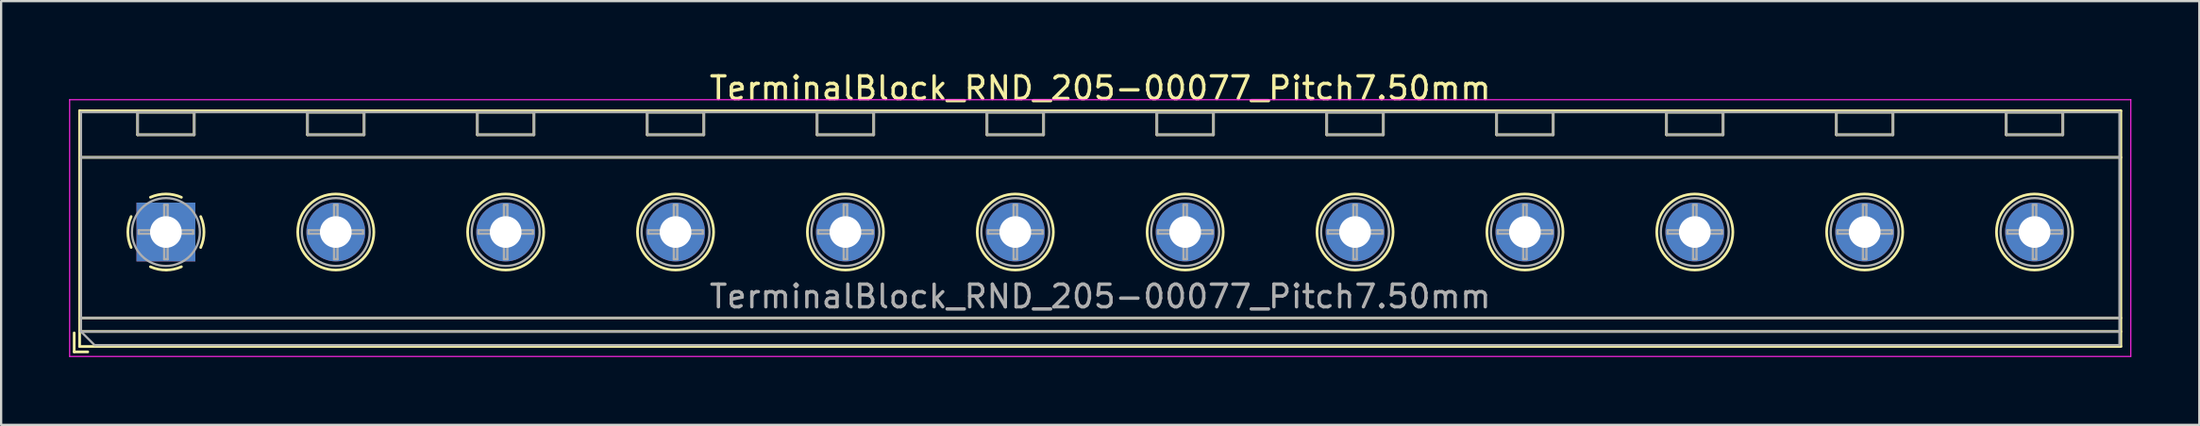
<source format=kicad_pcb>
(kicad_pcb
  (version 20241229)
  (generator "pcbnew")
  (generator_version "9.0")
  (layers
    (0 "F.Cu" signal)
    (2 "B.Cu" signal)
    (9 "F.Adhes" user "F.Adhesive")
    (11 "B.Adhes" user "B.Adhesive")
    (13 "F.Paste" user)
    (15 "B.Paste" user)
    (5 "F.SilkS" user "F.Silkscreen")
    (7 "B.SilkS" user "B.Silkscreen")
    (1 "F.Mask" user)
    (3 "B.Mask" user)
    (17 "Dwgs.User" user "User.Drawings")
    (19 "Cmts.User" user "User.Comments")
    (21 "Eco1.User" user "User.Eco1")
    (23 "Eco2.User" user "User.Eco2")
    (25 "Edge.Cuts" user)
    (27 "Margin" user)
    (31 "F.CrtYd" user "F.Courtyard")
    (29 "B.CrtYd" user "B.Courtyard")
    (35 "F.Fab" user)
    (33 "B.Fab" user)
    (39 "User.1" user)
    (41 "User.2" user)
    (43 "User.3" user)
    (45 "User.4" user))
  (footprint "TerminalBlock_RND_205-00077_Pitch7.50mm"
    (layer "F.Cu")
    (at 4.275 7.208)
    (property "Reference" "TerminalBlock_RND_205-00077_Pitch7.50mm" (at 41.25 -6.36 0) (layer "F.SilkS") (effects (font (size 1 1) (thickness 0.15))))
    (attr through_hole)
    (fp_line (start -4.05 4.46) (end -4.05 5.3) (stroke (width 0.12) (type solid)) (layer "F.SilkS"))
    (fp_line (start -4.05 5.3) (end -3.45 5.3) (stroke (width 0.12) (type solid)) (layer "F.SilkS"))
    (fp_line (start -3.81 -5.36) (end -3.81 5.06) (stroke (width 0.12) (type solid)) (layer "F.SilkS"))
    (fp_line (start -3.81 -3.3) (end 86.31 -3.3) (stroke (width 0.12) (type solid)) (layer "F.SilkS"))
    (fp_line (start -3.81 3.8) (end 86.31 3.8) (stroke (width 0.12) (type solid)) (layer "F.SilkS"))
    (fp_line (start -3.81 4.4) (end 86.31 4.4) (stroke (width 0.12) (type solid)) (layer "F.SilkS"))
    (fp_line (start -3.81 5.06) (end 86.31 5.06) (stroke (width 0.12) (type solid)) (layer "F.SilkS"))
    (fp_line (start -1.25 -5.301) (end -1.25 -4.301) (stroke (width 0.12) (type solid)) (layer "F.SilkS"))
    (fp_line (start -1.25 -5.301) (end 1.25 -5.301) (stroke (width 0.12) (type solid)) (layer "F.SilkS"))
    (fp_line (start -1.25 -4.301) (end 1.25 -4.301) (stroke (width 0.12) (type solid)) (layer "F.SilkS"))
    (fp_line (start 1.25 -5.301) (end 1.25 -4.301) (stroke (width 0.12) (type solid)) (layer "F.SilkS"))
    (fp_line (start 6.25 -5.301) (end 6.25 -4.301) (stroke (width 0.12) (type solid)) (layer "F.SilkS"))
    (fp_line (start 6.25 -5.301) (end 8.75 -5.301) (stroke (width 0.12) (type solid)) (layer "F.SilkS"))
    (fp_line (start 6.25 -4.301) (end 8.75 -4.301) (stroke (width 0.12) (type solid)) (layer "F.SilkS"))
    (fp_line (start 8.75 -5.301) (end 8.75 -4.301) (stroke (width 0.12) (type solid)) (layer "F.SilkS"))
    (fp_line (start 13.75 -5.301) (end 13.75 -4.301) (stroke (width 0.12) (type solid)) (layer "F.SilkS"))
    (fp_line (start 13.75 -5.301) (end 16.25 -5.301) (stroke (width 0.12) (type solid)) (layer "F.SilkS"))
    (fp_line (start 13.75 -4.301) (end 16.25 -4.301) (stroke (width 0.12) (type solid)) (layer "F.SilkS"))
    (fp_line (start 16.25 -5.301) (end 16.25 -4.301) (stroke (width 0.12) (type solid)) (layer "F.SilkS"))
    (fp_line (start 21.25 -5.301) (end 21.25 -4.301) (stroke (width 0.12) (type solid)) (layer "F.SilkS"))
    (fp_line (start 21.25 -5.301) (end 23.75 -5.301) (stroke (width 0.12) (type solid)) (layer "F.SilkS"))
    (fp_line (start 21.25 -4.301) (end 23.75 -4.301) (stroke (width 0.12) (type solid)) (layer "F.SilkS"))
    (fp_line (start 23.75 -5.301) (end 23.75 -4.301) (stroke (width 0.12) (type solid)) (layer "F.SilkS"))
    (fp_line (start 28.75 -5.301) (end 28.75 -4.301) (stroke (width 0.12) (type solid)) (layer "F.SilkS"))
    (fp_line (start 28.75 -5.301) (end 31.25 -5.301) (stroke (width 0.12) (type solid)) (layer "F.SilkS"))
    (fp_line (start 28.75 -4.301) (end 31.25 -4.301) (stroke (width 0.12) (type solid)) (layer "F.SilkS"))
    (fp_line (start 31.25 -5.301) (end 31.25 -4.301) (stroke (width 0.12) (type solid)) (layer "F.SilkS"))
    (fp_line (start 36.25 -5.301) (end 36.25 -4.301) (stroke (width 0.12) (type solid)) (layer "F.SilkS"))
    (fp_line (start 36.25 -5.301) (end 38.75 -5.301) (stroke (width 0.12) (type solid)) (layer "F.SilkS"))
    (fp_line (start 36.25 -4.301) (end 38.75 -4.301) (stroke (width 0.12) (type solid)) (layer "F.SilkS"))
    (fp_line (start 38.75 -5.301) (end 38.75 -4.301) (stroke (width 0.12) (type solid)) (layer "F.SilkS"))
    (fp_line (start 43.75 -5.301) (end 43.75 -4.301) (stroke (width 0.12) (type solid)) (layer "F.SilkS"))
    (fp_line (start 43.75 -5.301) (end 46.25 -5.301) (stroke (width 0.12) (type solid)) (layer "F.SilkS"))
    (fp_line (start 43.75 -4.301) (end 46.25 -4.301) (stroke (width 0.12) (type solid)) (layer "F.SilkS"))
    (fp_line (start 46.25 -5.301) (end 46.25 -4.301) (stroke (width 0.12) (type solid)) (layer "F.SilkS"))
    (fp_line (start 51.25 -5.301) (end 51.25 -4.301) (stroke (width 0.12) (type solid)) (layer "F.SilkS"))
    (fp_line (start 51.25 -5.301) (end 53.75 -5.301) (stroke (width 0.12) (type solid)) (layer "F.SilkS"))
    (fp_line (start 51.25 -4.301) (end 53.75 -4.301) (stroke (width 0.12) (type solid)) (layer "F.SilkS"))
    (fp_line (start 53.75 -5.301) (end 53.75 -4.301) (stroke (width 0.12) (type solid)) (layer "F.SilkS"))
    (fp_line (start 58.75 -5.301) (end 58.75 -4.301) (stroke (width 0.12) (type solid)) (layer "F.SilkS"))
    (fp_line (start 58.75 -5.301) (end 61.25 -5.301) (stroke (width 0.12) (type solid)) (layer "F.SilkS"))
    (fp_line (start 58.75 -4.301) (end 61.25 -4.301) (stroke (width 0.12) (type solid)) (layer "F.SilkS"))
    (fp_line (start 61.25 -5.301) (end 61.25 -4.301) (stroke (width 0.12) (type solid)) (layer "F.SilkS"))
    (fp_line (start 66.25 -5.301) (end 66.25 -4.301) (stroke (width 0.12) (type solid)) (layer "F.SilkS"))
    (fp_line (start 66.25 -5.301) (end 68.75 -5.301) (stroke (width 0.12) (type solid)) (layer "F.SilkS"))
    (fp_line (start 66.25 -4.301) (end 68.75 -4.301) (stroke (width 0.12) (type solid)) (layer "F.SilkS"))
    (fp_line (start 68.75 -5.301) (end 68.75 -4.301) (stroke (width 0.12) (type solid)) (layer "F.SilkS"))
    (fp_line (start 73.75 -5.301) (end 73.75 -4.301) (stroke (width 0.12) (type solid)) (layer "F.SilkS"))
    (fp_line (start 73.75 -5.301) (end 76.25 -5.301) (stroke (width 0.12) (type solid)) (layer "F.SilkS"))
    (fp_line (start 73.75 -4.301) (end 76.25 -4.301) (stroke (width 0.12) (type solid)) (layer "F.SilkS"))
    (fp_line (start 76.25 -5.301) (end 76.25 -4.301) (stroke (width 0.12) (type solid)) (layer "F.SilkS"))
    (fp_line (start 81.25 -5.301) (end 81.25 -4.301) (stroke (width 0.12) (type solid)) (layer "F.SilkS"))
    (fp_line (start 81.25 -5.301) (end 83.75 -5.301) (stroke (width 0.12) (type solid)) (layer "F.SilkS"))
    (fp_line (start 81.25 -4.301) (end 83.75 -4.301) (stroke (width 0.12) (type solid)) (layer "F.SilkS"))
    (fp_line (start 83.75 -5.301) (end 83.75 -4.301) (stroke (width 0.12) (type solid)) (layer "F.SilkS"))
    (fp_line (start 86.31 -5.36) (end -3.81 -5.36) (stroke (width 0.12) (type solid)) (layer "F.SilkS"))
    (fp_line (start 86.31 5.06) (end 86.31 -5.36) (stroke (width 0.12) (type solid)) (layer "F.SilkS"))
    (fp_arc (start -1.535427 0.683042) (mid -1.680501 -0.000524) (end -1.535 -0.684) (stroke (width 0.12) (type solid)) (layer "F.SilkS"))
    (fp_arc (start -0.683042 -1.535427) (mid 0.000524 -1.680501) (end 0.684 -1.535) (stroke (width 0.12) (type solid)) (layer "F.SilkS"))
    (fp_arc (start 0.028805 1.680253) (mid -0.335551 1.646659) (end -0.684 1.535) (stroke (width 0.12) (type solid)) (layer "F.SilkS"))
    (fp_arc (start 0.683318 1.534756) (mid 0.349292 1.643288) (end 0 1.68) (stroke (width 0.12) (type solid)) (layer "F.SilkS"))
    (fp_arc (start 1.535427 -0.683042) (mid 1.680501 0.000524) (end 1.535 0.684) (stroke (width 0.12) (type solid)) (layer "F.SilkS"))
    (fp_circle (center 7.5 0) (end 9.18 0) (stroke (width 0.12) (type solid)) (fill no) (layer "F.SilkS"))
    (fp_circle (center 15 0) (end 16.68 0) (stroke (width 0.12) (type solid)) (fill no) (layer "F.SilkS"))
    (fp_circle (center 22.5 0) (end 24.18 0) (stroke (width 0.12) (type solid)) (fill no) (layer "F.SilkS"))
    (fp_circle (center 30 0) (end 31.68 0) (stroke (width 0.12) (type solid)) (fill no) (layer "F.SilkS"))
    (fp_circle (center 37.5 0) (end 39.18 0) (stroke (width 0.12) (type solid)) (fill no) (layer "F.SilkS"))
    (fp_circle (center 45 0) (end 46.68 0) (stroke (width 0.12) (type solid)) (fill no) (layer "F.SilkS"))
    (fp_circle (center 52.5 0) (end 54.18 0) (stroke (width 0.12) (type solid)) (fill no) (layer "F.SilkS"))
    (fp_circle (center 60 0) (end 61.68 0) (stroke (width 0.12) (type solid)) (fill no) (layer "F.SilkS"))
    (fp_circle (center 67.5 0) (end 69.18 0) (stroke (width 0.12) (type solid)) (fill no) (layer "F.SilkS"))
    (fp_circle (center 75 0) (end 76.68 0) (stroke (width 0.12) (type solid)) (fill no) (layer "F.SilkS"))
    (fp_circle (center 82.5 0) (end 84.18 0) (stroke (width 0.12) (type solid)) (fill no) (layer "F.SilkS"))
    (fp_line (start -4.25 -5.85) (end -4.25 5.5) (stroke (width 0.05) (type solid)) (layer "F.CrtYd"))
    (fp_line (start -4.25 5.5) (end 86.75 5.5) (stroke (width 0.05) (type solid)) (layer "F.CrtYd"))
    (fp_line (start 86.75 -5.85) (end -4.25 -5.85) (stroke (width 0.05) (type solid)) (layer "F.CrtYd"))
    (fp_line (start 86.75 5.5) (end 86.75 -5.85) (stroke (width 0.05) (type solid)) (layer "F.CrtYd"))
    (fp_line (start -3.75 -5.3) (end 86.25 -5.3) (stroke (width 0.1) (type solid)) (layer "F.Fab"))
    (fp_line (start -3.75 -3.3) (end 86.25 -3.3) (stroke (width 0.1) (type solid)) (layer "F.Fab"))
    (fp_line (start -3.75 3.8) (end 86.25 3.8) (stroke (width 0.1) (type solid)) (layer "F.Fab"))
    (fp_line (start -3.75 4.4) (end -3.75 -5.3) (stroke (width 0.1) (type solid)) (layer "F.Fab"))
    (fp_line (start -3.75 4.4) (end 86.25 4.4) (stroke (width 0.1) (type solid)) (layer "F.Fab"))
    (fp_line (start -3.15 5) (end -3.75 4.4) (stroke (width 0.1) (type solid)) (layer "F.Fab"))
    (fp_line (start -1.25 -5.3) (end -1.25 -4.3) (stroke (width 0.1) (type solid)) (layer "F.Fab"))
    (fp_line (start -1.25 -4.3) (end 1.25 -4.3) (stroke (width 0.1) (type solid)) (layer "F.Fab"))
    (fp_line (start -1.201 -0.076) (end -0.076 -0.076) (stroke (width 0.1) (type solid)) (layer "F.Fab"))
    (fp_line (start -1.201 0.076) (end -1.201 -0.076) (stroke (width 0.1) (type solid)) (layer "F.Fab"))
    (fp_line (start -0.076 -1.201) (end 0.076 -1.201) (stroke (width 0.1) (type solid)) (layer "F.Fab"))
    (fp_line (start -0.076 -0.076) (end -0.076 -1.201) (stroke (width 0.1) (type solid)) (layer "F.Fab"))
    (fp_line (start -0.076 0.076) (end -1.201 0.076) (stroke (width 0.1) (type solid)) (layer "F.Fab"))
    (fp_line (start -0.076 1.201) (end -0.076 0.076) (stroke (width 0.1) (type solid)) (layer "F.Fab"))
    (fp_line (start 0.076 -1.201) (end 0.076 -0.076) (stroke (width 0.1) (type solid)) (layer "F.Fab"))
    (fp_line (start 0.076 -0.076) (end 1.201 -0.076) (stroke (width 0.1) (type solid)) (layer "F.Fab"))
    (fp_line (start 0.076 0.076) (end 0.076 1.201) (stroke (width 0.1) (type solid)) (layer "F.Fab"))
    (fp_line (start 0.076 1.201) (end -0.076 1.201) (stroke (width 0.1) (type solid)) (layer "F.Fab"))
    (fp_line (start 1.201 -0.076) (end 1.201 0.076) (stroke (width 0.1) (type solid)) (layer "F.Fab"))
    (fp_line (start 1.201 0.076) (end 0.076 0.076) (stroke (width 0.1) (type solid)) (layer "F.Fab"))
    (fp_line (start 1.25 -5.3) (end -1.25 -5.3) (stroke (width 0.1) (type solid)) (layer "F.Fab"))
    (fp_line (start 1.25 -4.3) (end 1.25 -5.3) (stroke (width 0.1) (type solid)) (layer "F.Fab"))
    (fp_line (start 6.25 -5.3) (end 6.25 -4.3) (stroke (width 0.1) (type solid)) (layer "F.Fab"))
    (fp_line (start 6.25 -4.3) (end 8.75 -4.3) (stroke (width 0.1) (type solid)) (layer "F.Fab"))
    (fp_line (start 6.299 -0.076) (end 7.424 -0.076) (stroke (width 0.1) (type solid)) (layer "F.Fab"))
    (fp_line (start 6.299 0.076) (end 6.299 -0.076) (stroke (width 0.1) (type solid)) (layer "F.Fab"))
    (fp_line (start 7.424 -1.201) (end 7.576 -1.201) (stroke (width 0.1) (type solid)) (layer "F.Fab"))
    (fp_line (start 7.424 -0.076) (end 7.424 -1.201) (stroke (width 0.1) (type solid)) (layer "F.Fab"))
    (fp_line (start 7.424 0.076) (end 6.299 0.076) (stroke (width 0.1) (type solid)) (layer "F.Fab"))
    (fp_line (start 7.424 1.201) (end 7.424 0.076) (stroke (width 0.1) (type solid)) (layer "F.Fab"))
    (fp_line (start 7.576 -1.201) (end 7.576 -0.076) (stroke (width 0.1) (type solid)) (layer "F.Fab"))
    (fp_line (start 7.576 -0.076) (end 8.701 -0.076) (stroke (width 0.1) (type solid)) (layer "F.Fab"))
    (fp_line (start 7.576 0.076) (end 7.576 1.201) (stroke (width 0.1) (type solid)) (layer "F.Fab"))
    (fp_line (start 7.576 1.201) (end 7.424 1.201) (stroke (width 0.1) (type solid)) (layer "F.Fab"))
    (fp_line (start 8.701 -0.076) (end 8.701 0.076) (stroke (width 0.1) (type solid)) (layer "F.Fab"))
    (fp_line (start 8.701 0.076) (end 7.576 0.076) (stroke (width 0.1) (type solid)) (layer "F.Fab"))
    (fp_line (start 8.75 -5.3) (end 6.25 -5.3) (stroke (width 0.1) (type solid)) (layer "F.Fab"))
    (fp_line (start 8.75 -4.3) (end 8.75 -5.3) (stroke (width 0.1) (type solid)) (layer "F.Fab"))
    (fp_line (start 13.75 -5.3) (end 13.75 -4.3) (stroke (width 0.1) (type solid)) (layer "F.Fab"))
    (fp_line (start 13.75 -4.3) (end 16.25 -4.3) (stroke (width 0.1) (type solid)) (layer "F.Fab"))
    (fp_line (start 13.799 -0.076) (end 14.924 -0.076) (stroke (width 0.1) (type solid)) (layer "F.Fab"))
    (fp_line (start 13.799 0.076) (end 13.799 -0.076) (stroke (width 0.1) (type solid)) (layer "F.Fab"))
    (fp_line (start 14.924 -1.201) (end 15.076 -1.201) (stroke (width 0.1) (type solid)) (layer "F.Fab"))
    (fp_line (start 14.924 -0.076) (end 14.924 -1.201) (stroke (width 0.1) (type solid)) (layer "F.Fab"))
    (fp_line (start 14.924 0.076) (end 13.799 0.076) (stroke (width 0.1) (type solid)) (layer "F.Fab"))
    (fp_line (start 14.924 1.201) (end 14.924 0.076) (stroke (width 0.1) (type solid)) (layer "F.Fab"))
    (fp_line (start 15.076 -1.201) (end 15.076 -0.076) (stroke (width 0.1) (type solid)) (layer "F.Fab"))
    (fp_line (start 15.076 -0.076) (end 16.201 -0.076) (stroke (width 0.1) (type solid)) (layer "F.Fab"))
    (fp_line (start 15.076 0.076) (end 15.076 1.201) (stroke (width 0.1) (type solid)) (layer "F.Fab"))
    (fp_line (start 15.076 1.201) (end 14.924 1.201) (stroke (width 0.1) (type solid)) (layer "F.Fab"))
    (fp_line (start 16.201 -0.076) (end 16.201 0.076) (stroke (width 0.1) (type solid)) (layer "F.Fab"))
    (fp_line (start 16.201 0.076) (end 15.076 0.076) (stroke (width 0.1) (type solid)) (layer "F.Fab"))
    (fp_line (start 16.25 -5.3) (end 13.75 -5.3) (stroke (width 0.1) (type solid)) (layer "F.Fab"))
    (fp_line (start 16.25 -4.3) (end 16.25 -5.3) (stroke (width 0.1) (type solid)) (layer "F.Fab"))
    (fp_line (start 21.25 -5.3) (end 21.25 -4.3) (stroke (width 0.1) (type solid)) (layer "F.Fab"))
    (fp_line (start 21.25 -4.3) (end 23.75 -4.3) (stroke (width 0.1) (type solid)) (layer "F.Fab"))
    (fp_line (start 21.299 -0.076) (end 22.424 -0.076) (stroke (width 0.1) (type solid)) (layer "F.Fab"))
    (fp_line (start 21.299 0.076) (end 21.299 -0.076) (stroke (width 0.1) (type solid)) (layer "F.Fab"))
    (fp_line (start 22.424 -1.201) (end 22.576 -1.201) (stroke (width 0.1) (type solid)) (layer "F.Fab"))
    (fp_line (start 22.424 -0.076) (end 22.424 -1.201) (stroke (width 0.1) (type solid)) (layer "F.Fab"))
    (fp_line (start 22.424 0.076) (end 21.299 0.076) (stroke (width 0.1) (type solid)) (layer "F.Fab"))
    (fp_line (start 22.424 1.201) (end 22.424 0.076) (stroke (width 0.1) (type solid)) (layer "F.Fab"))
    (fp_line (start 22.576 -1.201) (end 22.576 -0.076) (stroke (width 0.1) (type solid)) (layer "F.Fab"))
    (fp_line (start 22.576 -0.076) (end 23.701 -0.076) (stroke (width 0.1) (type solid)) (layer "F.Fab"))
    (fp_line (start 22.576 0.076) (end 22.576 1.201) (stroke (width 0.1) (type solid)) (layer "F.Fab"))
    (fp_line (start 22.576 1.201) (end 22.424 1.201) (stroke (width 0.1) (type solid)) (layer "F.Fab"))
    (fp_line (start 23.701 -0.076) (end 23.701 0.076) (stroke (width 0.1) (type solid)) (layer "F.Fab"))
    (fp_line (start 23.701 0.076) (end 22.576 0.076) (stroke (width 0.1) (type solid)) (layer "F.Fab"))
    (fp_line (start 23.75 -5.3) (end 21.25 -5.3) (stroke (width 0.1) (type solid)) (layer "F.Fab"))
    (fp_line (start 23.75 -4.3) (end 23.75 -5.3) (stroke (width 0.1) (type solid)) (layer "F.Fab"))
    (fp_line (start 28.75 -5.3) (end 28.75 -4.3) (stroke (width 0.1) (type solid)) (layer "F.Fab"))
    (fp_line (start 28.75 -4.3) (end 31.25 -4.3) (stroke (width 0.1) (type solid)) (layer "F.Fab"))
    (fp_line (start 28.799 -0.076) (end 29.924 -0.076) (stroke (width 0.1) (type solid)) (layer "F.Fab"))
    (fp_line (start 28.799 0.076) (end 28.799 -0.076) (stroke (width 0.1) (type solid)) (layer "F.Fab"))
    (fp_line (start 29.924 -1.201) (end 30.076 -1.201) (stroke (width 0.1) (type solid)) (layer "F.Fab"))
    (fp_line (start 29.924 -0.076) (end 29.924 -1.201) (stroke (width 0.1) (type solid)) (layer "F.Fab"))
    (fp_line (start 29.924 0.076) (end 28.799 0.076) (stroke (width 0.1) (type solid)) (layer "F.Fab"))
    (fp_line (start 29.924 1.201) (end 29.924 0.076) (stroke (width 0.1) (type solid)) (layer "F.Fab"))
    (fp_line (start 30.076 -1.201) (end 30.076 -0.076) (stroke (width 0.1) (type solid)) (layer "F.Fab"))
    (fp_line (start 30.076 -0.076) (end 31.201 -0.076) (stroke (width 0.1) (type solid)) (layer "F.Fab"))
    (fp_line (start 30.076 0.076) (end 30.076 1.201) (stroke (width 0.1) (type solid)) (layer "F.Fab"))
    (fp_line (start 30.076 1.201) (end 29.924 1.201) (stroke (width 0.1) (type solid)) (layer "F.Fab"))
    (fp_line (start 31.201 -0.076) (end 31.201 0.076) (stroke (width 0.1) (type solid)) (layer "F.Fab"))
    (fp_line (start 31.201 0.076) (end 30.076 0.076) (stroke (width 0.1) (type solid)) (layer "F.Fab"))
    (fp_line (start 31.25 -5.3) (end 28.75 -5.3) (stroke (width 0.1) (type solid)) (layer "F.Fab"))
    (fp_line (start 31.25 -4.3) (end 31.25 -5.3) (stroke (width 0.1) (type solid)) (layer "F.Fab"))
    (fp_line (start 36.25 -5.3) (end 36.25 -4.3) (stroke (width 0.1) (type solid)) (layer "F.Fab"))
    (fp_line (start 36.25 -4.3) (end 38.75 -4.3) (stroke (width 0.1) (type solid)) (layer "F.Fab"))
    (fp_line (start 36.299 -0.076) (end 37.424 -0.076) (stroke (width 0.1) (type solid)) (layer "F.Fab"))
    (fp_line (start 36.299 0.076) (end 36.299 -0.076) (stroke (width 0.1) (type solid)) (layer "F.Fab"))
    (fp_line (start 37.424 -1.201) (end 37.576 -1.201) (stroke (width 0.1) (type solid)) (layer "F.Fab"))
    (fp_line (start 37.424 -0.076) (end 37.424 -1.201) (stroke (width 0.1) (type solid)) (layer "F.Fab"))
    (fp_line (start 37.424 0.076) (end 36.299 0.076) (stroke (width 0.1) (type solid)) (layer "F.Fab"))
    (fp_line (start 37.424 1.201) (end 37.424 0.076) (stroke (width 0.1) (type solid)) (layer "F.Fab"))
    (fp_line (start 37.576 -1.201) (end 37.576 -0.076) (stroke (width 0.1) (type solid)) (layer "F.Fab"))
    (fp_line (start 37.576 -0.076) (end 38.701 -0.076) (stroke (width 0.1) (type solid)) (layer "F.Fab"))
    (fp_line (start 37.576 0.076) (end 37.576 1.201) (stroke (width 0.1) (type solid)) (layer "F.Fab"))
    (fp_line (start 37.576 1.201) (end 37.424 1.201) (stroke (width 0.1) (type solid)) (layer "F.Fab"))
    (fp_line (start 38.701 -0.076) (end 38.701 0.076) (stroke (width 0.1) (type solid)) (layer "F.Fab"))
    (fp_line (start 38.701 0.076) (end 37.576 0.076) (stroke (width 0.1) (type solid)) (layer "F.Fab"))
    (fp_line (start 38.75 -5.3) (end 36.25 -5.3) (stroke (width 0.1) (type solid)) (layer "F.Fab"))
    (fp_line (start 38.75 -4.3) (end 38.75 -5.3) (stroke (width 0.1) (type solid)) (layer "F.Fab"))
    (fp_line (start 43.75 -5.3) (end 43.75 -4.3) (stroke (width 0.1) (type solid)) (layer "F.Fab"))
    (fp_line (start 43.75 -4.3) (end 46.25 -4.3) (stroke (width 0.1) (type solid)) (layer "F.Fab"))
    (fp_line (start 43.799 -0.076) (end 44.924 -0.076) (stroke (width 0.1) (type solid)) (layer "F.Fab"))
    (fp_line (start 43.799 0.076) (end 43.799 -0.076) (stroke (width 0.1) (type solid)) (layer "F.Fab"))
    (fp_line (start 44.924 -1.201) (end 45.076 -1.201) (stroke (width 0.1) (type solid)) (layer "F.Fab"))
    (fp_line (start 44.924 -0.076) (end 44.924 -1.201) (stroke (width 0.1) (type solid)) (layer "F.Fab"))
    (fp_line (start 44.924 0.076) (end 43.799 0.076) (stroke (width 0.1) (type solid)) (layer "F.Fab"))
    (fp_line (start 44.924 1.201) (end 44.924 0.076) (stroke (width 0.1) (type solid)) (layer "F.Fab"))
    (fp_line (start 45.076 -1.201) (end 45.076 -0.076) (stroke (width 0.1) (type solid)) (layer "F.Fab"))
    (fp_line (start 45.076 -0.076) (end 46.201 -0.076) (stroke (width 0.1) (type solid)) (layer "F.Fab"))
    (fp_line (start 45.076 0.076) (end 45.076 1.201) (stroke (width 0.1) (type solid)) (layer "F.Fab"))
    (fp_line (start 45.076 1.201) (end 44.924 1.201) (stroke (width 0.1) (type solid)) (layer "F.Fab"))
    (fp_line (start 46.201 -0.076) (end 46.201 0.076) (stroke (width 0.1) (type solid)) (layer "F.Fab"))
    (fp_line (start 46.201 0.076) (end 45.076 0.076) (stroke (width 0.1) (type solid)) (layer "F.Fab"))
    (fp_line (start 46.25 -5.3) (end 43.75 -5.3) (stroke (width 0.1) (type solid)) (layer "F.Fab"))
    (fp_line (start 46.25 -4.3) (end 46.25 -5.3) (stroke (width 0.1) (type solid)) (layer "F.Fab"))
    (fp_line (start 51.25 -5.3) (end 51.25 -4.3) (stroke (width 0.1) (type solid)) (layer "F.Fab"))
    (fp_line (start 51.25 -4.3) (end 53.75 -4.3) (stroke (width 0.1) (type solid)) (layer "F.Fab"))
    (fp_line (start 51.299 -0.076) (end 52.424 -0.076) (stroke (width 0.1) (type solid)) (layer "F.Fab"))
    (fp_line (start 51.299 0.076) (end 51.299 -0.076) (stroke (width 0.1) (type solid)) (layer "F.Fab"))
    (fp_line (start 52.424 -1.201) (end 52.576 -1.201) (stroke (width 0.1) (type solid)) (layer "F.Fab"))
    (fp_line (start 52.424 -0.076) (end 52.424 -1.201) (stroke (width 0.1) (type solid)) (layer "F.Fab"))
    (fp_line (start 52.424 0.076) (end 51.299 0.076) (stroke (width 0.1) (type solid)) (layer "F.Fab"))
    (fp_line (start 52.424 1.201) (end 52.424 0.076) (stroke (width 0.1) (type solid)) (layer "F.Fab"))
    (fp_line (start 52.576 -1.201) (end 52.576 -0.076) (stroke (width 0.1) (type solid)) (layer "F.Fab"))
    (fp_line (start 52.576 -0.076) (end 53.701 -0.076) (stroke (width 0.1) (type solid)) (layer "F.Fab"))
    (fp_line (start 52.576 0.076) (end 52.576 1.201) (stroke (width 0.1) (type solid)) (layer "F.Fab"))
    (fp_line (start 52.576 1.201) (end 52.424 1.201) (stroke (width 0.1) (type solid)) (layer "F.Fab"))
    (fp_line (start 53.701 -0.076) (end 53.701 0.076) (stroke (width 0.1) (type solid)) (layer "F.Fab"))
    (fp_line (start 53.701 0.076) (end 52.576 0.076) (stroke (width 0.1) (type solid)) (layer "F.Fab"))
    (fp_line (start 53.75 -5.3) (end 51.25 -5.3) (stroke (width 0.1) (type solid)) (layer "F.Fab"))
    (fp_line (start 53.75 -4.3) (end 53.75 -5.3) (stroke (width 0.1) (type solid)) (layer "F.Fab"))
    (fp_line (start 58.75 -5.3) (end 58.75 -4.3) (stroke (width 0.1) (type solid)) (layer "F.Fab"))
    (fp_line (start 58.75 -4.3) (end 61.25 -4.3) (stroke (width 0.1) (type solid)) (layer "F.Fab"))
    (fp_line (start 58.799 -0.076) (end 59.924 -0.076) (stroke (width 0.1) (type solid)) (layer "F.Fab"))
    (fp_line (start 58.799 0.076) (end 58.799 -0.076) (stroke (width 0.1) (type solid)) (layer "F.Fab"))
    (fp_line (start 59.924 -1.201) (end 60.076 -1.201) (stroke (width 0.1) (type solid)) (layer "F.Fab"))
    (fp_line (start 59.924 -0.076) (end 59.924 -1.201) (stroke (width 0.1) (type solid)) (layer "F.Fab"))
    (fp_line (start 59.924 0.076) (end 58.799 0.076) (stroke (width 0.1) (type solid)) (layer "F.Fab"))
    (fp_line (start 59.924 1.201) (end 59.924 0.076) (stroke (width 0.1) (type solid)) (layer "F.Fab"))
    (fp_line (start 60.076 -1.201) (end 60.076 -0.076) (stroke (width 0.1) (type solid)) (layer "F.Fab"))
    (fp_line (start 60.076 -0.076) (end 61.201 -0.076) (stroke (width 0.1) (type solid)) (layer "F.Fab"))
    (fp_line (start 60.076 0.076) (end 60.076 1.201) (stroke (width 0.1) (type solid)) (layer "F.Fab"))
    (fp_line (start 60.076 1.201) (end 59.924 1.201) (stroke (width 0.1) (type solid)) (layer "F.Fab"))
    (fp_line (start 61.201 -0.076) (end 61.201 0.076) (stroke (width 0.1) (type solid)) (layer "F.Fab"))
    (fp_line (start 61.201 0.076) (end 60.076 0.076) (stroke (width 0.1) (type solid)) (layer "F.Fab"))
    (fp_line (start 61.25 -5.3) (end 58.75 -5.3) (stroke (width 0.1) (type solid)) (layer "F.Fab"))
    (fp_line (start 61.25 -4.3) (end 61.25 -5.3) (stroke (width 0.1) (type solid)) (layer "F.Fab"))
    (fp_line (start 66.25 -5.3) (end 66.25 -4.3) (stroke (width 0.1) (type solid)) (layer "F.Fab"))
    (fp_line (start 66.25 -4.3) (end 68.75 -4.3) (stroke (width 0.1) (type solid)) (layer "F.Fab"))
    (fp_line (start 66.299 -0.076) (end 67.424 -0.076) (stroke (width 0.1) (type solid)) (layer "F.Fab"))
    (fp_line (start 66.299 0.076) (end 66.299 -0.076) (stroke (width 0.1) (type solid)) (layer "F.Fab"))
    (fp_line (start 67.424 -1.201) (end 67.576 -1.201) (stroke (width 0.1) (type solid)) (layer "F.Fab"))
    (fp_line (start 67.424 -0.076) (end 67.424 -1.201) (stroke (width 0.1) (type solid)) (layer "F.Fab"))
    (fp_line (start 67.424 0.076) (end 66.299 0.076) (stroke (width 0.1) (type solid)) (layer "F.Fab"))
    (fp_line (start 67.424 1.201) (end 67.424 0.076) (stroke (width 0.1) (type solid)) (layer "F.Fab"))
    (fp_line (start 67.576 -1.201) (end 67.576 -0.076) (stroke (width 0.1) (type solid)) (layer "F.Fab"))
    (fp_line (start 67.576 -0.076) (end 68.701 -0.076) (stroke (width 0.1) (type solid)) (layer "F.Fab"))
    (fp_line (start 67.576 0.076) (end 67.576 1.201) (stroke (width 0.1) (type solid)) (layer "F.Fab"))
    (fp_line (start 67.576 1.201) (end 67.424 1.201) (stroke (width 0.1) (type solid)) (layer "F.Fab"))
    (fp_line (start 68.701 -0.076) (end 68.701 0.076) (stroke (width 0.1) (type solid)) (layer "F.Fab"))
    (fp_line (start 68.701 0.076) (end 67.576 0.076) (stroke (width 0.1) (type solid)) (layer "F.Fab"))
    (fp_line (start 68.75 -5.3) (end 66.25 -5.3) (stroke (width 0.1) (type solid)) (layer "F.Fab"))
    (fp_line (start 68.75 -4.3) (end 68.75 -5.3) (stroke (width 0.1) (type solid)) (layer "F.Fab"))
    (fp_line (start 73.75 -5.3) (end 73.75 -4.3) (stroke (width 0.1) (type solid)) (layer "F.Fab"))
    (fp_line (start 73.75 -4.3) (end 76.25 -4.3) (stroke (width 0.1) (type solid)) (layer "F.Fab"))
    (fp_line (start 73.799 -0.076) (end 74.924 -0.076) (stroke (width 0.1) (type solid)) (layer "F.Fab"))
    (fp_line (start 73.799 0.076) (end 73.799 -0.076) (stroke (width 0.1) (type solid)) (layer "F.Fab"))
    (fp_line (start 74.924 -1.201) (end 75.076 -1.201) (stroke (width 0.1) (type solid)) (layer "F.Fab"))
    (fp_line (start 74.924 -0.076) (end 74.924 -1.201) (stroke (width 0.1) (type solid)) (layer "F.Fab"))
    (fp_line (start 74.924 0.076) (end 73.799 0.076) (stroke (width 0.1) (type solid)) (layer "F.Fab"))
    (fp_line (start 74.924 1.201) (end 74.924 0.076) (stroke (width 0.1) (type solid)) (layer "F.Fab"))
    (fp_line (start 75.076 -1.201) (end 75.076 -0.076) (stroke (width 0.1) (type solid)) (layer "F.Fab"))
    (fp_line (start 75.076 -0.076) (end 76.201 -0.076) (stroke (width 0.1) (type solid)) (layer "F.Fab"))
    (fp_line (start 75.076 0.076) (end 75.076 1.201) (stroke (width 0.1) (type solid)) (layer "F.Fab"))
    (fp_line (start 75.076 1.201) (end 74.924 1.201) (stroke (width 0.1) (type solid)) (layer "F.Fab"))
    (fp_line (start 76.201 -0.076) (end 76.201 0.076) (stroke (width 0.1) (type solid)) (layer "F.Fab"))
    (fp_line (start 76.201 0.076) (end 75.076 0.076) (stroke (width 0.1) (type solid)) (layer "F.Fab"))
    (fp_line (start 76.25 -5.3) (end 73.75 -5.3) (stroke (width 0.1) (type solid)) (layer "F.Fab"))
    (fp_line (start 76.25 -4.3) (end 76.25 -5.3) (stroke (width 0.1) (type solid)) (layer "F.Fab"))
    (fp_line (start 81.25 -5.3) (end 81.25 -4.3) (stroke (width 0.1) (type solid)) (layer "F.Fab"))
    (fp_line (start 81.25 -4.3) (end 83.75 -4.3) (stroke (width 0.1) (type solid)) (layer "F.Fab"))
    (fp_line (start 81.299 -0.076) (end 82.424 -0.076) (stroke (width 0.1) (type solid)) (layer "F.Fab"))
    (fp_line (start 81.299 0.076) (end 81.299 -0.076) (stroke (width 0.1) (type solid)) (layer "F.Fab"))
    (fp_line (start 82.424 -1.201) (end 82.576 -1.201) (stroke (width 0.1) (type solid)) (layer "F.Fab"))
    (fp_line (start 82.424 -0.076) (end 82.424 -1.201) (stroke (width 0.1) (type solid)) (layer "F.Fab"))
    (fp_line (start 82.424 0.076) (end 81.299 0.076) (stroke (width 0.1) (type solid)) (layer "F.Fab"))
    (fp_line (start 82.424 1.201) (end 82.424 0.076) (stroke (width 0.1) (type solid)) (layer "F.Fab"))
    (fp_line (start 82.576 -1.201) (end 82.576 -0.076) (stroke (width 0.1) (type solid)) (layer "F.Fab"))
    (fp_line (start 82.576 -0.076) (end 83.701 -0.076) (stroke (width 0.1) (type solid)) (layer "F.Fab"))
    (fp_line (start 82.576 0.076) (end 82.576 1.201) (stroke (width 0.1) (type solid)) (layer "F.Fab"))
    (fp_line (start 82.576 1.201) (end 82.424 1.201) (stroke (width 0.1) (type solid)) (layer "F.Fab"))
    (fp_line (start 83.701 -0.076) (end 83.701 0.076) (stroke (width 0.1) (type solid)) (layer "F.Fab"))
    (fp_line (start 83.701 0.076) (end 82.576 0.076) (stroke (width 0.1) (type solid)) (layer "F.Fab"))
    (fp_line (start 83.75 -5.3) (end 81.25 -5.3) (stroke (width 0.1) (type solid)) (layer "F.Fab"))
    (fp_line (start 83.75 -4.3) (end 83.75 -5.3) (stroke (width 0.1) (type solid)) (layer "F.Fab"))
    (fp_line (start 86.25 -5.3) (end 86.25 5) (stroke (width 0.1) (type solid)) (layer "F.Fab"))
    (fp_line (start 86.25 5) (end -3.15 5) (stroke (width 0.1) (type solid)) (layer "F.Fab"))
    (fp_circle (center 0 0) (end 1.5 0) (stroke (width 0.1) (type solid)) (fill no) (layer "F.Fab"))
    (fp_circle (center 7.5 0) (end 9 0) (stroke (width 0.1) (type solid)) (fill no) (layer "F.Fab"))
    (fp_circle (center 15 0) (end 16.5 0) (stroke (width 0.1) (type solid)) (fill no) (layer "F.Fab"))
    (fp_circle (center 22.5 0) (end 24 0) (stroke (width 0.1) (type solid)) (fill no) (layer "F.Fab"))
    (fp_circle (center 30 0) (end 31.5 0) (stroke (width 0.1) (type solid)) (fill no) (layer "F.Fab"))
    (fp_circle (center 37.5 0) (end 39 0) (stroke (width 0.1) (type solid)) (fill no) (layer "F.Fab"))
    (fp_circle (center 45 0) (end 46.5 0) (stroke (width 0.1) (type solid)) (fill no) (layer "F.Fab"))
    (fp_circle (center 52.5 0) (end 54 0) (stroke (width 0.1) (type solid)) (fill no) (layer "F.Fab"))
    (fp_circle (center 60 0) (end 61.5 0) (stroke (width 0.1) (type solid)) (fill no) (layer "F.Fab"))
    (fp_circle (center 67.5 0) (end 69 0) (stroke (width 0.1) (type solid)) (fill no) (layer "F.Fab"))
    (fp_circle (center 75 0) (end 76.5 0) (stroke (width 0.1) (type solid)) (fill no) (layer "F.Fab"))
    (fp_circle (center 82.5 0) (end 84 0) (stroke (width 0.1) (type solid)) (fill no) (layer "F.Fab"))
    (fp_text user "${REFERENCE}" (at 41.25 2.85 0) (layer "F.Fab") (effects (font (size 1 1) (thickness 0.15))))
    (pad "1" thru_hole rect (at 0 0) (size 2.6 2.6) (drill 1.4) (layers "*.Cu" "*.Mask"))
    (pad "2" thru_hole circle (at 7.5 0) (size 2.6 2.6) (drill 1.4) (layers "*.Cu" "*.Mask"))
    (pad "3" thru_hole circle (at 15 0) (size 2.6 2.6) (drill 1.4) (layers "*.Cu" "*.Mask"))
    (pad "4" thru_hole circle (at 22.5 0) (size 2.6 2.6) (drill 1.4) (layers "*.Cu" "*.Mask"))
    (pad "5" thru_hole circle (at 30 0) (size 2.6 2.6) (drill 1.4) (layers "*.Cu" "*.Mask"))
    (pad "6" thru_hole circle (at 37.5 0) (size 2.6 2.6) (drill 1.4) (layers "*.Cu" "*.Mask"))
    (pad "7" thru_hole circle (at 45 0) (size 2.6 2.6) (drill 1.4) (layers "*.Cu" "*.Mask"))
    (pad "8" thru_hole circle (at 52.5 0) (size 2.6 2.6) (drill 1.4) (layers "*.Cu" "*.Mask"))
    (pad "9" thru_hole circle (at 60 0) (size 2.6 2.6) (drill 1.4) (layers "*.Cu" "*.Mask"))
    (pad "10" thru_hole circle (at 67.5 0) (size 2.6 2.6) (drill 1.4) (layers "*.Cu" "*.Mask"))
    (pad "11" thru_hole circle (at 75 0) (size 2.6 2.6) (drill 1.4) (layers "*.Cu" "*.Mask"))
    (pad "12" thru_hole circle (at 82.5 0) (size 2.6 2.6) (drill 1.4) (layers "*.Cu" "*.Mask")))
  (gr_rect
    (start -3 -3)
    (end 94.05 15.733)
    (stroke (width 0.1) (type default))
    (fill no)
    (layer "Edge.Cuts")))
</source>
